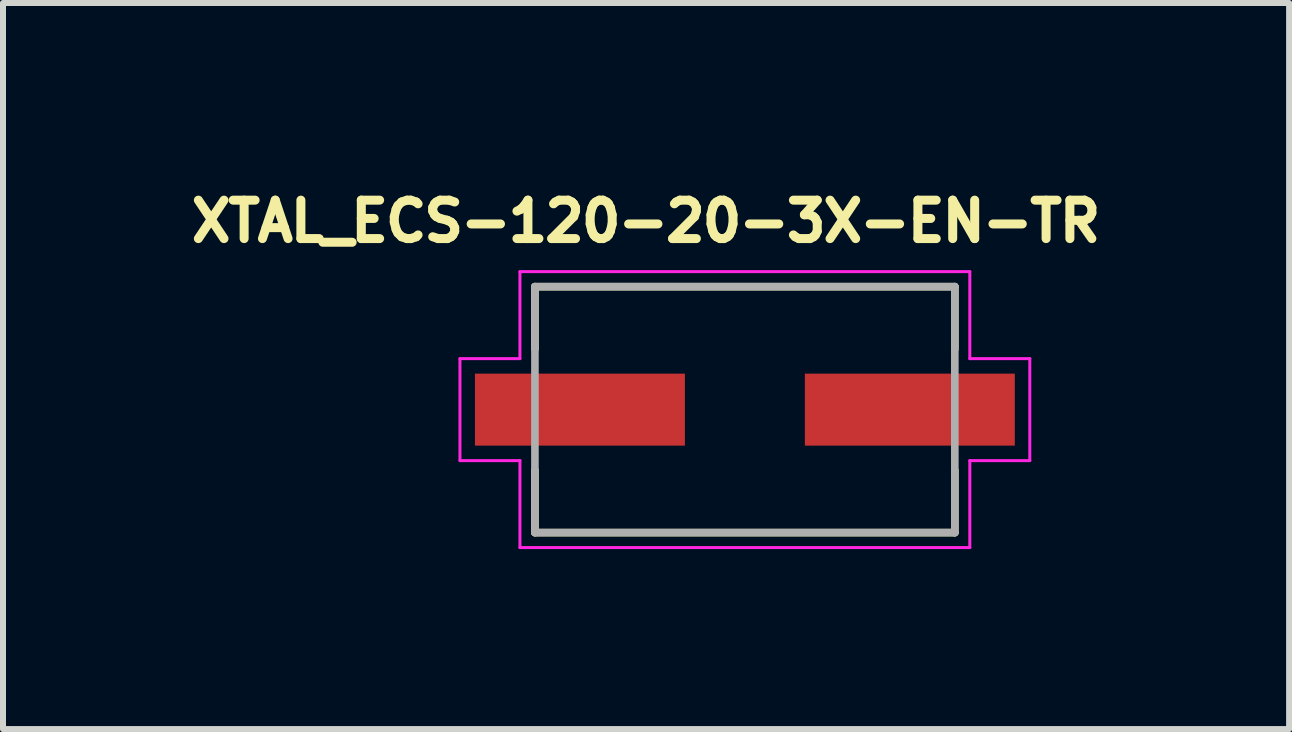
<source format=kicad_pcb>
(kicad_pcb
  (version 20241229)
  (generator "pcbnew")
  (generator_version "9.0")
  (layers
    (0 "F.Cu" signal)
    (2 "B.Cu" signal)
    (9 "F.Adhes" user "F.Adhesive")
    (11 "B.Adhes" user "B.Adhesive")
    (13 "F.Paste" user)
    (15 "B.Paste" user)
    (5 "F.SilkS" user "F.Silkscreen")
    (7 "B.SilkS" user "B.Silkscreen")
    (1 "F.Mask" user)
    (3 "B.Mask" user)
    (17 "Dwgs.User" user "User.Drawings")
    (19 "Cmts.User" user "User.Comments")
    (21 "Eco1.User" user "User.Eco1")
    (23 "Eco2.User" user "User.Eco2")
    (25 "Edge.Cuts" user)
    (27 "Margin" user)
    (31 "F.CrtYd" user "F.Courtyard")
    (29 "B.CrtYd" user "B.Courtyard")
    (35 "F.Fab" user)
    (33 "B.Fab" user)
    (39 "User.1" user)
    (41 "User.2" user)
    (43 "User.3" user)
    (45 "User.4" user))
  (footprint "XTAL_ECS-120-20-3X-EN-TR"
    (layer "F.Cu")
    (at 9.368 3.779)
    (property "Reference" "XTAL_ECS-120-20-3X-EN-TR" (at -1.648 -3.14 0) (layer "F.SilkS") (effects (font (size 0.641 0.641) (thickness 0.15))))
    (attr smd)
    (fp_line (start -3.5 -2.05) (end 3.5 -2.05) (stroke (width 0.127) (type solid)) (layer "F.SilkS"))
    (fp_line (start -3.5 -1.01) (end -3.5 -2.05) (stroke (width 0.127) (type solid)) (layer "F.SilkS"))
    (fp_line (start -3.5 2.05) (end -3.5 1.01) (stroke (width 0.127) (type solid)) (layer "F.SilkS"))
    (fp_line (start 3.5 -2.05) (end 3.5 -1.01) (stroke (width 0.127) (type solid)) (layer "F.SilkS"))
    (fp_line (start 3.5 1.01) (end 3.5 2.05) (stroke (width 0.127) (type solid)) (layer "F.SilkS"))
    (fp_line (start 3.5 2.05) (end -3.5 2.05) (stroke (width 0.127) (type solid)) (layer "F.SilkS"))
    (fp_line (start -4.75 -0.85) (end -4.75 0.85) (stroke (width 0.05) (type solid)) (layer "F.CrtYd"))
    (fp_line (start -4.75 0.85) (end -3.75 0.85) (stroke (width 0.05) (type solid)) (layer "F.CrtYd"))
    (fp_line (start -3.75 -2.3) (end -3.75 -0.85) (stroke (width 0.05) (type solid)) (layer "F.CrtYd"))
    (fp_line (start -3.75 -0.85) (end -4.75 -0.85) (stroke (width 0.05) (type solid)) (layer "F.CrtYd"))
    (fp_line (start -3.75 0.85) (end -3.75 2.3) (stroke (width 0.05) (type solid)) (layer "F.CrtYd"))
    (fp_line (start -3.75 2.3) (end 3.75 2.3) (stroke (width 0.05) (type solid)) (layer "F.CrtYd"))
    (fp_line (start 3.75 -2.3) (end -3.75 -2.3) (stroke (width 0.05) (type solid)) (layer "F.CrtYd"))
    (fp_line (start 3.75 -0.85) (end 3.75 -2.3) (stroke (width 0.05) (type solid)) (layer "F.CrtYd"))
    (fp_line (start 3.75 0.85) (end 4.75 0.85) (stroke (width 0.05) (type solid)) (layer "F.CrtYd"))
    (fp_line (start 3.75 2.3) (end 3.75 0.85) (stroke (width 0.05) (type solid)) (layer "F.CrtYd"))
    (fp_line (start 4.75 -0.85) (end 3.75 -0.85) (stroke (width 0.05) (type solid)) (layer "F.CrtYd"))
    (fp_line (start 4.75 0.85) (end 4.75 -0.85) (stroke (width 0.05) (type solid)) (layer "F.CrtYd"))
    (fp_line (start -3.5 -2.05) (end -3.5 2.05) (stroke (width 0.127) (type solid)) (layer "F.Fab"))
    (fp_line (start -3.5 2.05) (end 3.5 2.05) (stroke (width 0.127) (type solid)) (layer "F.Fab"))
    (fp_line (start 3.5 -2.05) (end -3.5 -2.05) (stroke (width 0.127) (type solid)) (layer "F.Fab"))
    (fp_line (start 3.5 2.05) (end 3.5 -2.05) (stroke (width 0.127) (type solid)) (layer "F.Fab"))
    (pad "1" smd rect (at -2.75 0) (size 3.5 1.2) (layers "F.Cu" "F.Mask" "F.Paste"))
    (pad "2" smd rect (at 2.75 0) (size 3.5 1.2) (layers "F.Cu" "F.Mask" "F.Paste")))
  (gr_rect
    (start -3 -3)
    (end 18.441 9.104)
    (stroke (width 0.1) (type default))
    (fill no)
    (layer "Edge.Cuts")))
</source>
